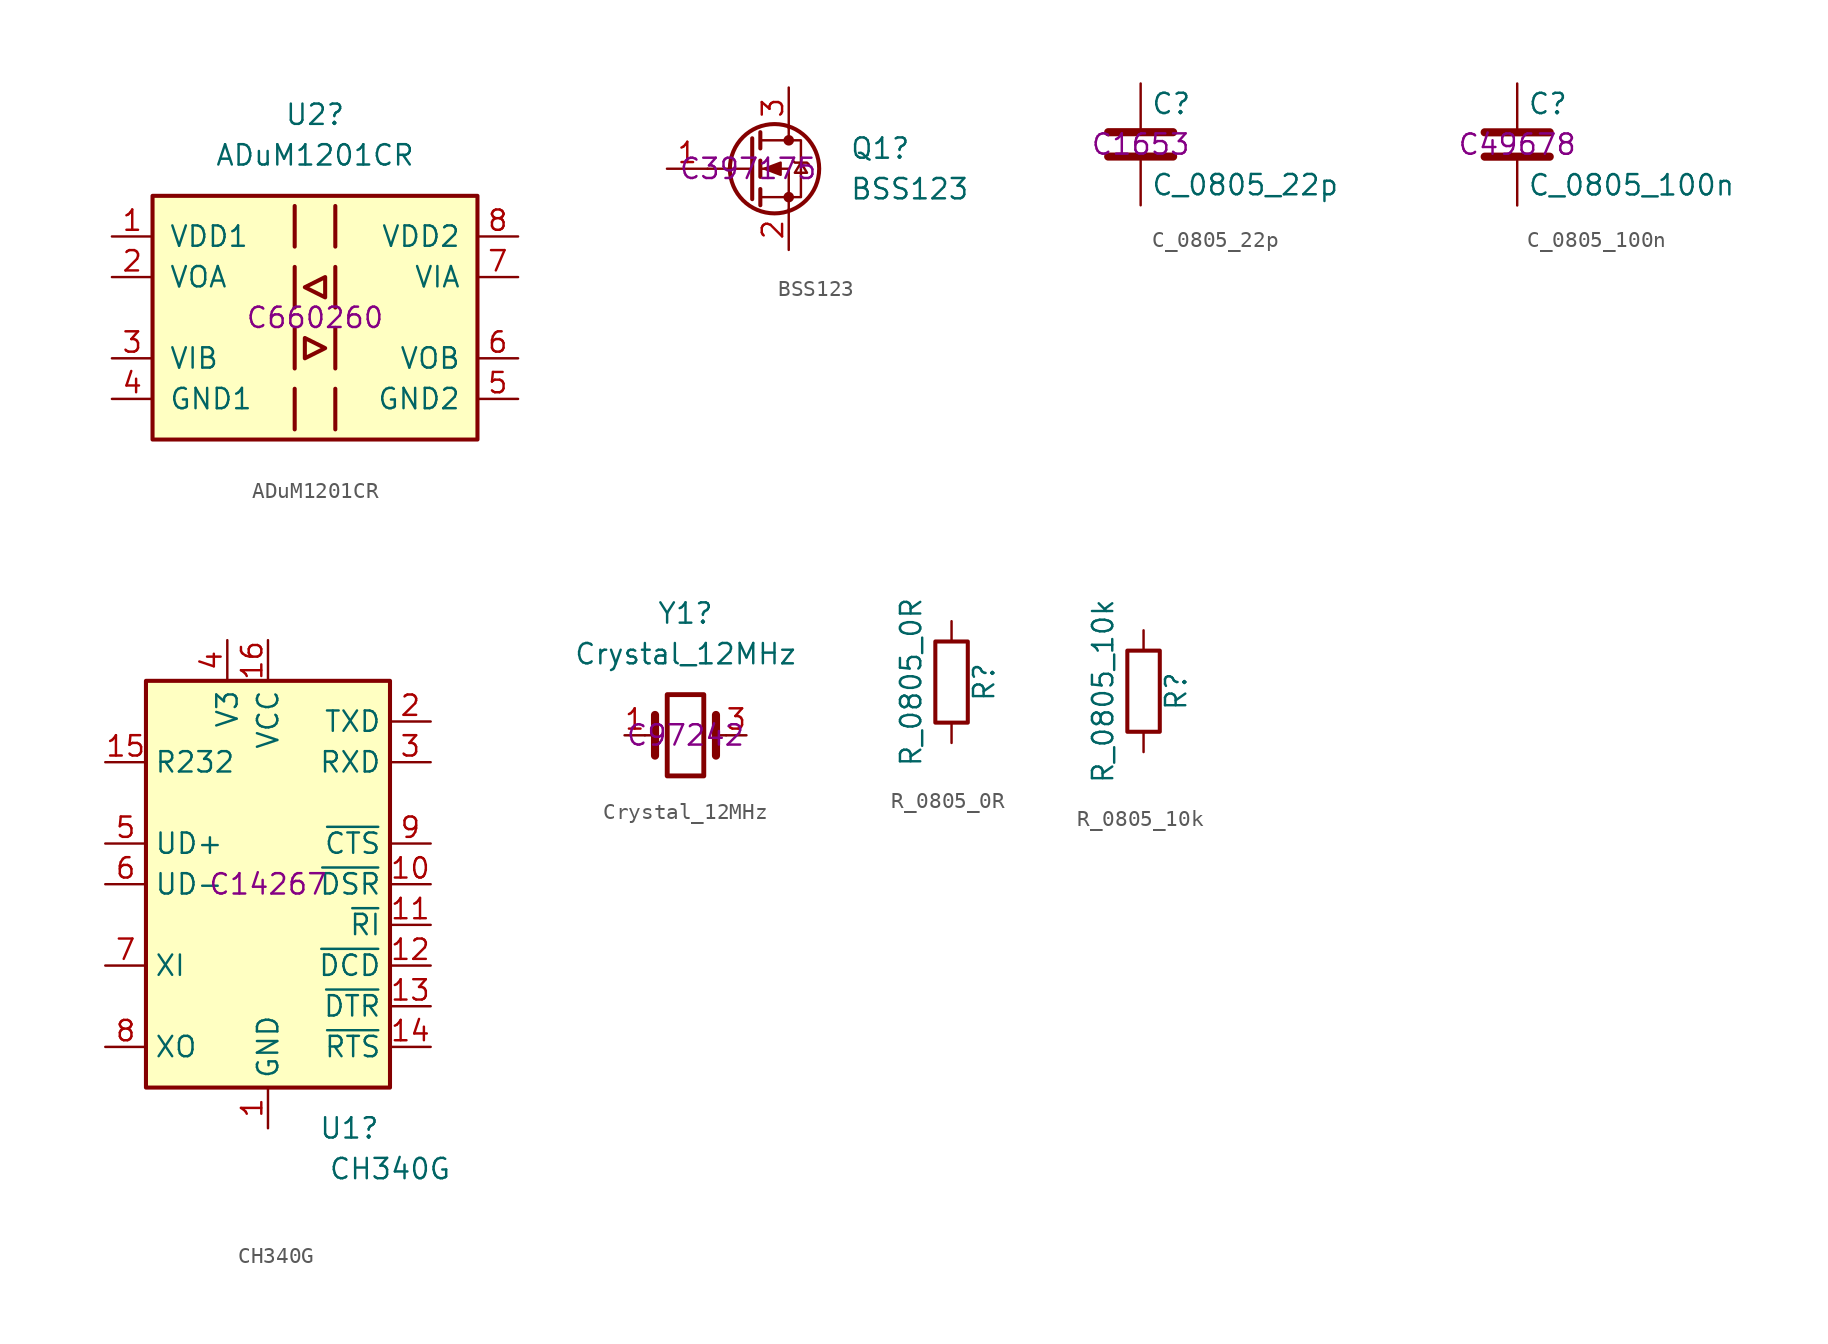
<source format=kicad_sym>
(kicad_symbol_lib
  (version 20211014)
  (generator kicad_symbol_editor)
  (symbol "JLPCB:ADuM1201CR"
    (pin_names
      (offset 1.016))
    (property "Reference" "U2"
      (at 0 12.7 0)
      (effects (font (size 1.27 1.27))))
    (property "Value" "ADuM1201CR"
      (at 0 10.16 0)
      (effects (font (size 1.27 1.27))))
    (property "LCSC" "C660260"
      (at 0 0 0)
      (effects (font (size 1.27 1.27))))
    (symbol "ADuM1201CR_0_1"
      (rectangle (start -10.16 7.62) (end 10.16 -7.62) (stroke (width 0.254) (type default) (color 0 0 0 0)) (fill (type background)))
      (polyline (pts (xy -1.27 -4.445) (xy -1.27 -6.985)) (stroke (width 0.254) (type default) (color 0 0 0 0)) (fill (type none)))
      (polyline (pts (xy -1.27 -0.635) (xy -1.27 -3.175)) (stroke (width 0.254) (type default) (color 0 0 0 0)) (fill (type none)))
      (polyline (pts (xy -1.27 3.175) (xy -1.27 0.635)) (stroke (width 0.254) (type default) (color 0 0 0 0)) (fill (type none)))
      (polyline (pts (xy -1.27 6.985) (xy -1.27 4.445)) (stroke (width 0.254) (type default) (color 0 0 0 0)) (fill (type none)))
      (polyline (pts (xy 1.27 -4.445) (xy 1.27 -6.985)) (stroke (width 0.254) (type default) (color 0 0 0 0)) (fill (type none)))
      (polyline (pts (xy 1.27 -0.635) (xy 1.27 -3.175)) (stroke (width 0.254) (type default) (color 0 0 0 0)) (fill (type none)))
      (polyline (pts (xy 1.27 3.175) (xy 1.27 0.635)) (stroke (width 0.254) (type default) (color 0 0 0 0)) (fill (type none)))
      (polyline (pts (xy 1.27 6.985) (xy 1.27 4.445)) (stroke (width 0.254) (type default) (color 0 0 0 0)) (fill (type none)))
      (polyline (pts (xy -0.635 -1.27) (xy -0.635 -2.54) (xy 0.635 -1.905) (xy -0.635 -1.27)) (stroke (width 0.254) (type default) (color 0 0 0 0)) (fill (type none)))
      (polyline (pts (xy 0.635 2.54) (xy 0.635 1.27) (xy -0.635 1.905) (xy 0.635 2.54)) (stroke (width 0.254) (type default) (color 0 0 0 0)) (fill (type none))))
    (symbol "ADuM1201CR_1_1"
      (pin power_in line (at -12.7 5.08 0) (length 2.54) (name "VDD1" (effects (font (size 1.27 1.27)))) (number "1" (effects (font (size 1.27 1.27)))))
      (pin output line (at -12.7 2.54 0) (length 2.54) (name "VOA" (effects (font (size 1.27 1.27)))) (number "2" (effects (font (size 1.27 1.27)))))
      (pin input line (at -12.7 -2.54 0) (length 2.54) (name "VIB" (effects (font (size 1.27 1.27)))) (number "3" (effects (font (size 1.27 1.27)))))
      (pin power_in line (at -12.7 -5.08 0) (length 2.54) (name "GND1" (effects (font (size 1.27 1.27)))) (number "4" (effects (font (size 1.27 1.27)))))
      (pin power_in line (at 12.7 -5.08 180) (length 2.54) (name "GND2" (effects (font (size 1.27 1.27)))) (number "5" (effects (font (size 1.27 1.27)))))
      (pin output line (at 12.7 -2.54 180) (length 2.54) (name "VOB" (effects (font (size 1.27 1.27)))) (number "6" (effects (font (size 1.27 1.27)))))
      (pin input line (at 12.7 2.54 180) (length 2.54) (name "VIA" (effects (font (size 1.27 1.27)))) (number "7" (effects (font (size 1.27 1.27)))))
      (pin power_in line (at 12.7 5.08 180) (length 2.54) (name "VDD2" (effects (font (size 1.27 1.27)))) (number "8" (effects (font (size 1.27 1.27)))))))
  (symbol "JLPCB:BSS123"
    (pin_names hide)
    (property "Reference" "Q1"
      (at 6.35 1.27 0)
      (effects (font (size 1.27 1.27)) (justify left)))
    (property "Value" "BSS123"
      (at 6.35 -1.27 0)
      (effects (font (size 1.27 1.27)) (justify left)))
    (property "LCSC" "C397175"
      (at 0 0 0)
      (effects (font (size 1.27 1.27))))
    (symbol "BSS123_0_1"
      (polyline (pts (xy 0.254 0) (xy -2.54 0)) (stroke (width 0) (type default) (color 0 0 0 0)) (fill (type none)))
      (polyline (pts (xy 0.254 1.905) (xy 0.254 -1.905)) (stroke (width 0.254) (type default) (color 0 0 0 0)) (fill (type none)))
      (polyline (pts (xy 0.762 -1.27) (xy 0.762 -2.286)) (stroke (width 0.254) (type default) (color 0 0 0 0)) (fill (type none)))
      (polyline (pts (xy 0.762 0.508) (xy 0.762 -0.508)) (stroke (width 0.254) (type default) (color 0 0 0 0)) (fill (type none)))
      (polyline (pts (xy 0.762 2.286) (xy 0.762 1.27)) (stroke (width 0.254) (type default) (color 0 0 0 0)) (fill (type none)))
      (polyline (pts (xy 2.54 2.54) (xy 2.54 1.778)) (stroke (width 0) (type default) (color 0 0 0 0)) (fill (type none)))
      (polyline (pts (xy 2.54 -2.54) (xy 2.54 0) (xy 0.762 0)) (stroke (width 0) (type default) (color 0 0 0 0)) (fill (type none)))
      (polyline (pts (xy 0.762 -1.778) (xy 3.302 -1.778) (xy 3.302 1.778) (xy 0.762 1.778)) (stroke (width 0) (type default) (color 0 0 0 0)) (fill (type none)))
      (polyline (pts (xy 1.016 0) (xy 2.032 0.381) (xy 2.032 -0.381) (xy 1.016 0)) (stroke (width 0) (type default) (color 0 0 0 0)) (fill (type outline)))
      (polyline (pts (xy 2.794 0.508) (xy 2.921 0.381) (xy 3.683 0.381) (xy 3.81 0.254)) (stroke (width 0) (type default) (color 0 0 0 0)) (fill (type none)))
      (polyline (pts (xy 3.302 0.381) (xy 2.921 -0.254) (xy 3.683 -0.254) (xy 3.302 0.381)) (stroke (width 0) (type default) (color 0 0 0 0)) (fill (type none)))
      (circle (center 1.651 0) (radius 2.794) (stroke (width 0.254)) (stroke (width 0.254) (type default) (color 0 0 0 0)) (fill (type none)))
      (circle (center 2.54 -1.778) (radius 0.254) (stroke (width 0)) (stroke (width 0) (type default) (color 0 0 0 0)) (fill (type outline)))
      (circle (center 2.54 1.778) (radius 0.254) (stroke (width 0)) (stroke (width 0) (type default) (color 0 0 0 0)) (fill (type outline))))
    (symbol "BSS123_1_1"
      (pin input line (at -5.08 0 0) (length 2.54) (name "G" (effects (font (size 1.27 1.27)))) (number "1" (effects (font (size 1.27 1.27)))))
      (pin passive line (at 2.54 -5.08 90) (length 2.54) (name "S" (effects (font (size 1.27 1.27)))) (number "2" (effects (font (size 1.27 1.27)))))
      (pin passive line (at 2.54 5.08 270) (length 2.54) (name "D" (effects (font (size 1.27 1.27)))) (number "3" (effects (font (size 1.27 1.27)))))))
  (symbol "JLPCB:C_0805_22p"
    (pin_numbers hide)
    (pin_names
      (offset 0.254))
    (property "Reference" "C"
      (at 0.635 2.54 0)
      (effects (font (size 1.27 1.27)) (justify left)))
    (property "Value" "C_0805_22p"
      (at 0.635 -2.54 0)
      (effects (font (size 1.27 1.27)) (justify left)))
    (property "LCSC" "C1653"
      (at 0 0 0)
      (effects (font (size 1.27 1.27))))
    (symbol "C_0805_22p_0_1"
      (polyline (pts (xy -2.032 -0.762) (xy 2.032 -0.762)) (stroke (width 0.508) (type default) (color 0 0 0 0)) (fill (type none)))
      (polyline (pts (xy -2.032 0.762) (xy 2.032 0.762)) (stroke (width 0.508) (type default) (color 0 0 0 0)) (fill (type none))))
    (symbol "C_0805_22p_1_1"
      (pin passive line (at 0 3.81 270) (length 2.794) (name "~" (effects (font (size 1.27 1.27)))) (number "1" (effects (font (size 1.27 1.27)))))
      (pin passive line (at 0 -3.81 90) (length 2.794) (name "~" (effects (font (size 1.27 1.27)))) (number "2" (effects (font (size 1.27 1.27)))))))
  (symbol "JLPCB:C_0805_100n"
    (pin_numbers hide)
    (pin_names
      (offset 0.254))
    (property "Reference" "C"
      (at 0.635 2.54 0)
      (effects (font (size 1.27 1.27)) (justify left)))
    (property "Value" "C_0805_100n"
      (at 0.635 -2.54 0)
      (effects (font (size 1.27 1.27)) (justify left)))
    (property "LCSC" "C49678"
      (at 0 0 0)
      (effects (font (size 1.27 1.27))))
    (symbol "C_0805_100n_0_1"
      (polyline (pts (xy -2.032 -0.762) (xy 2.032 -0.762)) (stroke (width 0.508) (type default) (color 0 0 0 0)) (fill (type none)))
      (polyline (pts (xy -2.032 0.762) (xy 2.032 0.762)) (stroke (width 0.508) (type default) (color 0 0 0 0)) (fill (type none))))
    (symbol "C_0805_100n_1_1"
      (pin passive line (at 0 3.81 270) (length 2.794) (name "~" (effects (font (size 1.27 1.27)))) (number "1" (effects (font (size 1.27 1.27)))))
      (pin passive line (at 0 -3.81 90) (length 2.794) (name "~" (effects (font (size 1.27 1.27)))) (number "2" (effects (font (size 1.27 1.27)))))))
  (symbol "JLPCB:CH340G"
    (property "Reference" "U1"
      (at 5.08 -15.24 0)
      (effects (font (size 1.27 1.27))))
    (property "Value" "CH340G"
      (at 7.62 -17.78 0)
      (effects (font (size 1.27 1.27))))
    (property "LCSC" "C14267"
      (at 0 0 0)
      (effects (font (size 1.27 1.27))))
    (symbol "CH340G_0_1"
      (rectangle (start -7.62 12.7) (end 7.62 -12.7) (stroke (width 0.254) (type default) (color 0 0 0 0)) (fill (type background))))
    (symbol "CH340G_1_1"
      (pin power_in line (at 0 -15.24 90) (length 2.54) (name "GND" (effects (font (size 1.27 1.27)))) (number "1" (effects (font (size 1.27 1.27)))))
      (pin input line (at 10.16 0 180) (length 2.54) (name "~{DSR}" (effects (font (size 1.27 1.27)))) (number "10" (effects (font (size 1.27 1.27)))))
      (pin input line (at 10.16 -2.54 180) (length 2.54) (name "~{RI}" (effects (font (size 1.27 1.27)))) (number "11" (effects (font (size 1.27 1.27)))))
      (pin input line (at 10.16 -5.08 180) (length 2.54) (name "~{DCD}" (effects (font (size 1.27 1.27)))) (number "12" (effects (font (size 1.27 1.27)))))
      (pin output line (at 10.16 -7.62 180) (length 2.54) (name "~{DTR}" (effects (font (size 1.27 1.27)))) (number "13" (effects (font (size 1.27 1.27)))))
      (pin output line (at 10.16 -10.16 180) (length 2.54) (name "~{RTS}" (effects (font (size 1.27 1.27)))) (number "14" (effects (font (size 1.27 1.27)))))
      (pin input line (at -10.16 7.62 0) (length 2.54) (name "R232" (effects (font (size 1.27 1.27)))) (number "15" (effects (font (size 1.27 1.27)))))
      (pin power_in line (at 0 15.24 270) (length 2.54) (name "VCC" (effects (font (size 1.27 1.27)))) (number "16" (effects (font (size 1.27 1.27)))))
      (pin output line (at 10.16 10.16 180) (length 2.54) (name "TXD" (effects (font (size 1.27 1.27)))) (number "2" (effects (font (size 1.27 1.27)))))
      (pin input line (at 10.16 7.62 180) (length 2.54) (name "RXD" (effects (font (size 1.27 1.27)))) (number "3" (effects (font (size 1.27 1.27)))))
      (pin passive line (at -2.54 15.24 270) (length 2.54) (name "V3" (effects (font (size 1.27 1.27)))) (number "4" (effects (font (size 1.27 1.27)))))
      (pin bidirectional line (at -10.16 2.54 0) (length 2.54) (name "UD+" (effects (font (size 1.27 1.27)))) (number "5" (effects (font (size 1.27 1.27)))))
      (pin bidirectional line (at -10.16 0 0) (length 2.54) (name "UD-" (effects (font (size 1.27 1.27)))) (number "6" (effects (font (size 1.27 1.27)))))
      (pin input line (at -10.16 -5.08 0) (length 2.54) (name "XI" (effects (font (size 1.27 1.27)))) (number "7" (effects (font (size 1.27 1.27)))))
      (pin output line (at -10.16 -10.16 0) (length 2.54) (name "XO" (effects (font (size 1.27 1.27)))) (number "8" (effects (font (size 1.27 1.27)))))
      (pin input line (at 10.16 2.54 180) (length 2.54) (name "~{CTS}" (effects (font (size 1.27 1.27)))) (number "9" (effects (font (size 1.27 1.27)))))))
  (symbol "JLPCB:Crystal_12MHz"
    (pin_names
      (offset 1.016) hide)
    (property "Reference" "Y1"
      (at 0 7.62 0)
      (effects (font (size 1.27 1.27))))
    (property "Value" "Crystal_12MHz"
      (at 0 5.08 0)
      (effects (font (size 1.27 1.27))))
    (property "LCSC" "C97242"
      (at 0 0 0)
      (effects (font (size 1.27 1.27))))
    (symbol "Crystal_12MHz_0_1"
      (rectangle (start -1.143 2.54) (end 1.143 -2.54) (stroke (width 0.305) (type default) (color 0 0 0 0)) (fill (type none)))
      (polyline (pts (xy -2.54 0) (xy -1.905 0)) (stroke (width 0) (type default) (color 0 0 0 0)) (fill (type none)))
      (polyline (pts (xy -1.905 -1.27) (xy -1.905 1.27)) (stroke (width 0.508) (type default) (color 0 0 0 0)) (fill (type none)))
      (polyline (pts (xy 1.905 -1.27) (xy 1.905 1.27)) (stroke (width 0.508) (type default) (color 0 0 0 0)) (fill (type none)))
      (polyline (pts (xy 2.54 0) (xy 1.905 0)) (stroke (width 0) (type default) (color 0 0 0 0)) (fill (type none))))
    (symbol "Crystal_12MHz_1_1"
      (pin passive line (at -3.81 0 0) (length 1.27) (name "1" (effects (font (size 1.27 1.27)))) (number "1" (effects (font (size 1.27 1.27)))))
      (pin passive line (at 3.81 0 180) (length 1.27) (name "3" (effects (font (size 1.27 1.27)))) (number "3" (effects (font (size 1.27 1.27)))))))
  (symbol "JLPCB:R_0805_0R"
    (pin_numbers hide)
    (pin_names
      (offset 0))
    (property "Reference" "R"
      (at 2.032 0 90)
      (effects (font (size 1.27 1.27))))
    (property "Value" "R_0805_0R"
      (at -2.54 0 90)
      (effects (font (size 1.27 1.27))))
    (symbol "R_0805_0R_0_1"
      (rectangle (start -1.016 -2.54) (end 1.016 2.54) (stroke (width 0.254) (type default) (color 0 0 0 0)) (fill (type none))))
    (symbol "R_0805_0R_1_1"
      (pin passive line (at 0 3.81 270) (length 1.27) (name "~" (effects (font (size 1.27 1.27)))) (number "1" (effects (font (size 1.27 1.27)))))
      (pin passive line (at 0 -3.81 90) (length 1.27) (name "~" (effects (font (size 1.27 1.27)))) (number "2" (effects (font (size 1.27 1.27)))))))
  (symbol "JLPCB:R_0805_10k"
    (pin_numbers hide)
    (pin_names
      (offset 0))
    (property "Reference" "R"
      (at 2.032 0 90)
      (effects (font (size 1.27 1.27))))
    (property "Value" "R_0805_10k"
      (at -2.54 0 90)
      (effects (font (size 1.27 1.27))))
    (symbol "R_0805_10k_0_1"
      (rectangle (start -1.016 -2.54) (end 1.016 2.54) (stroke (width 0.254) (type default) (color 0 0 0 0)) (fill (type none))))
    (symbol "R_0805_10k_1_1"
      (pin passive line (at 0 3.81 270) (length 1.27) (name "~" (effects (font (size 1.27 1.27)))) (number "1" (effects (font (size 1.27 1.27)))))
      (pin passive line (at 0 -3.81 90) (length 1.27) (name "~" (effects (font (size 1.27 1.27)))) (number "2" (effects (font (size 1.27 1.27))))))))
</source>
